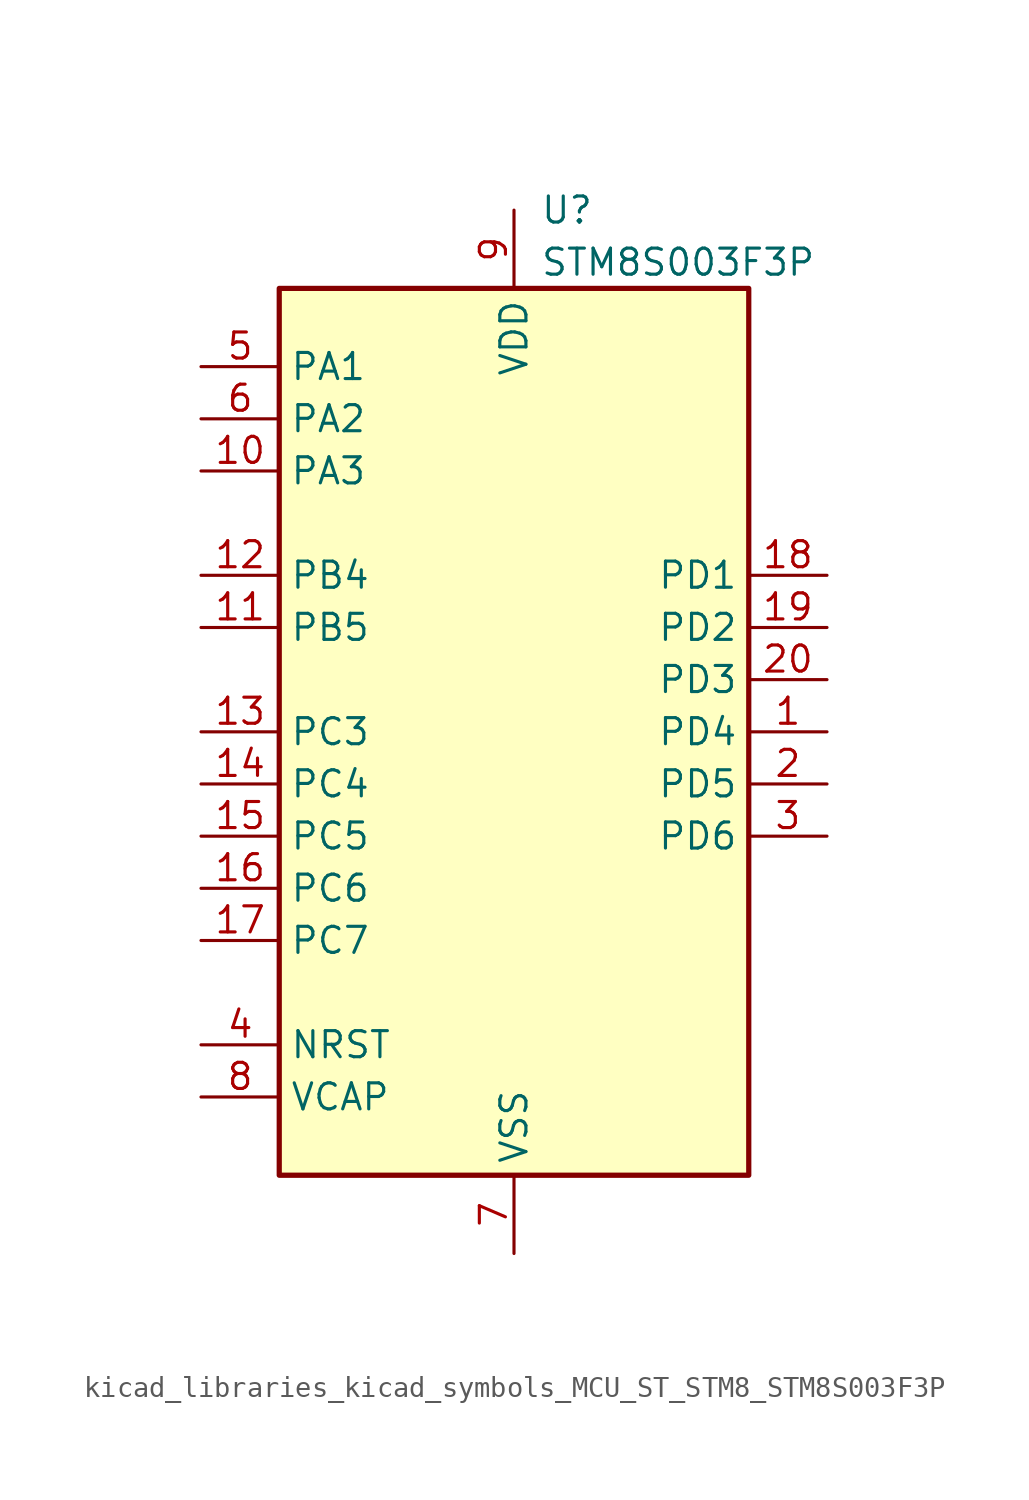
<source format=kicad_sym>
(kicad_symbol_lib
  (version 20220914)
  (generator kicad_symbol_editor)
  (symbol "kicad_libraries_kicad_symbols_MCU_ST_STM8_STM8S003F3P"
    (property "Reference" "U"
      (at 1.27 25.4 0)
      (effects (font (size 1.27 1.27)) (justify left)))
    (property "Value" "STM8S003F3P"
      (at 1.27 22.86 0)
      (effects (font (size 1.27 1.27)) (justify left)))
    (symbol "kicad_libraries_kicad_symbols_MCU_ST_STM8_STM8S003F3P_0_1"
      (rectangle (start -11.43 21.59) (end 11.43 -21.59) (stroke (width 0.254) (type default)) (fill (type background))))
    (symbol "kicad_libraries_kicad_symbols_MCU_ST_STM8_STM8S003F3P_1_1"
      (pin bidirectional line (at 15.24 0 180) (length 3.81) (name "PD4" (effects (font (size 1.27 1.27)))) (number "1" (effects (font (size 1.27 1.27)))))
      (pin bidirectional line (at -15.24 12.7 0) (length 3.81) (name "PA3" (effects (font (size 1.27 1.27)))) (number "10" (effects (font (size 1.27 1.27)))))
      (pin bidirectional line (at -15.24 5.08 0) (length 3.81) (name "PB5" (effects (font (size 1.27 1.27)))) (number "11" (effects (font (size 1.27 1.27)))))
      (pin bidirectional line (at -15.24 7.62 0) (length 3.81) (name "PB4" (effects (font (size 1.27 1.27)))) (number "12" (effects (font (size 1.27 1.27)))))
      (pin bidirectional line (at -15.24 0 0) (length 3.81) (name "PC3" (effects (font (size 1.27 1.27)))) (number "13" (effects (font (size 1.27 1.27)))))
      (pin bidirectional line (at -15.24 -2.54 0) (length 3.81) (name "PC4" (effects (font (size 1.27 1.27)))) (number "14" (effects (font (size 1.27 1.27)))))
      (pin bidirectional line (at -15.24 -5.08 0) (length 3.81) (name "PC5" (effects (font (size 1.27 1.27)))) (number "15" (effects (font (size 1.27 1.27)))))
      (pin bidirectional line (at -15.24 -7.62 0) (length 3.81) (name "PC6" (effects (font (size 1.27 1.27)))) (number "16" (effects (font (size 1.27 1.27)))))
      (pin bidirectional line (at -15.24 -10.16 0) (length 3.81) (name "PC7" (effects (font (size 1.27 1.27)))) (number "17" (effects (font (size 1.27 1.27)))))
      (pin bidirectional line (at 15.24 7.62 180) (length 3.81) (name "PD1" (effects (font (size 1.27 1.27)))) (number "18" (effects (font (size 1.27 1.27)))))
      (pin bidirectional line (at 15.24 5.08 180) (length 3.81) (name "PD2" (effects (font (size 1.27 1.27)))) (number "19" (effects (font (size 1.27 1.27)))))
      (pin bidirectional line (at 15.24 -2.54 180) (length 3.81) (name "PD5" (effects (font (size 1.27 1.27)))) (number "2" (effects (font (size 1.27 1.27)))))
      (pin bidirectional line (at 15.24 2.54 180) (length 3.81) (name "PD3" (effects (font (size 1.27 1.27)))) (number "20" (effects (font (size 1.27 1.27)))))
      (pin bidirectional line (at 15.24 -5.08 180) (length 3.81) (name "PD6" (effects (font (size 1.27 1.27)))) (number "3" (effects (font (size 1.27 1.27)))))
      (pin input line (at -15.24 -15.24 0) (length 3.81) (name "NRST" (effects (font (size 1.27 1.27)))) (number "4" (effects (font (size 1.27 1.27)))))
      (pin bidirectional line (at -15.24 17.78 0) (length 3.81) (name "PA1" (effects (font (size 1.27 1.27)))) (number "5" (effects (font (size 1.27 1.27)))))
      (pin bidirectional line (at -15.24 15.24 0) (length 3.81) (name "PA2" (effects (font (size 1.27 1.27)))) (number "6" (effects (font (size 1.27 1.27)))))
      (pin power_in line (at 0 -25.4 90) (length 3.81) (name "VSS" (effects (font (size 1.27 1.27)))) (number "7" (effects (font (size 1.27 1.27)))))
      (pin passive line (at -15.24 -17.78 0) (length 3.81) (name "VCAP" (effects (font (size 1.27 1.27)))) (number "8" (effects (font (size 1.27 1.27)))))
      (pin power_in line (at 0 25.4 270) (length 3.81) (name "VDD" (effects (font (size 1.27 1.27)))) (number "9" (effects (font (size 1.27 1.27))))))))
</source>
